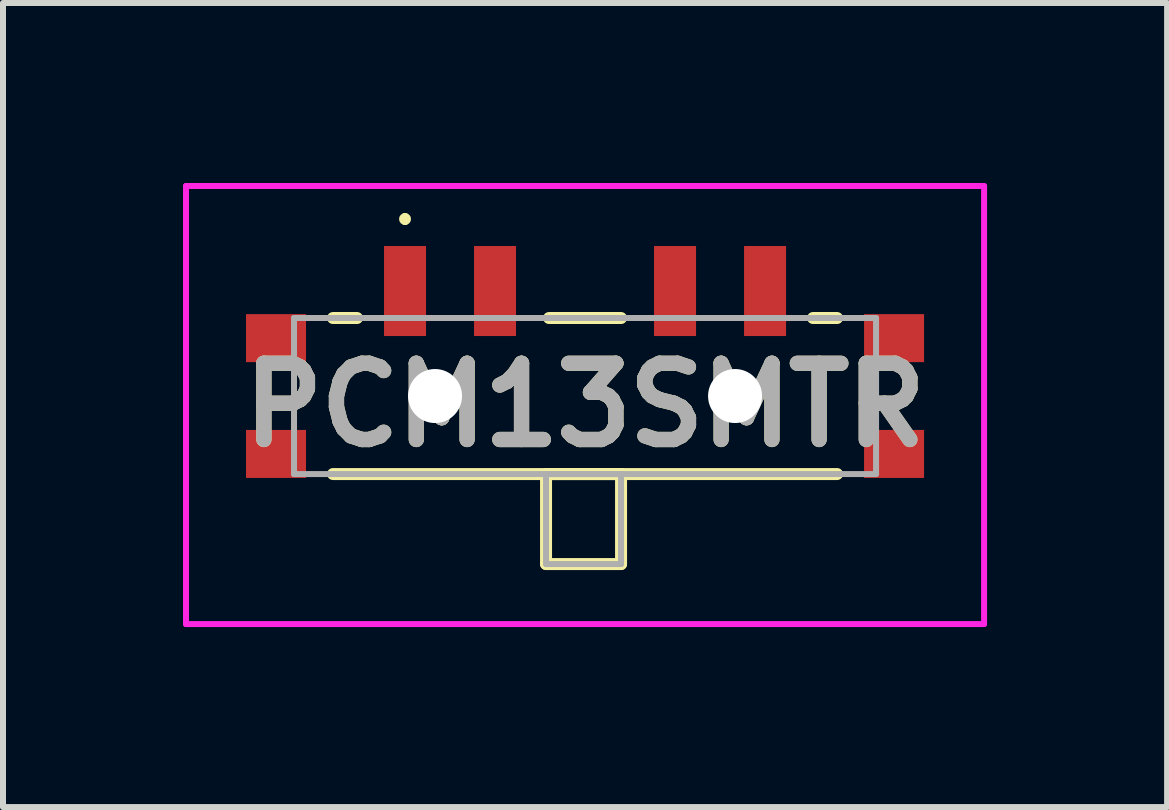
<source format=kicad_pcb>
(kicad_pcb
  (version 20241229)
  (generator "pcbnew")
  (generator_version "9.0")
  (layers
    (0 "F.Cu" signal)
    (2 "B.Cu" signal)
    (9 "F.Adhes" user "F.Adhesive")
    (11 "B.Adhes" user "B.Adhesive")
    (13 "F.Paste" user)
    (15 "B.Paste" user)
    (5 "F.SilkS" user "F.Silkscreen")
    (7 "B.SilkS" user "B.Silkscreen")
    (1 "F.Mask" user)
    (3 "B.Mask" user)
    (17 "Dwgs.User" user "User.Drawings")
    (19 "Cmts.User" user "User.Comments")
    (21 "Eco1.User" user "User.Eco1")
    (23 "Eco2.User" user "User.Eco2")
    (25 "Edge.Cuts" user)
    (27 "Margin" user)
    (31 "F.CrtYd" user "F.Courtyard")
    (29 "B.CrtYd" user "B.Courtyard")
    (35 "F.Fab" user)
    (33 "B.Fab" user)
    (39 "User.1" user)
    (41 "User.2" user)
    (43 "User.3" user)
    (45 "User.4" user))
  (footprint "PCM13SMTR"
    (layer "F.Cu")
    (at 6.7 3.55)
    (property "Reference" "PCM13SMTR" (at 0 0.15 0) (layer "F.SilkS") (effects (font (size 1.27 1.27) (thickness 0.254))))
    (attr through_hole)
    (fp_line (start -4.2 -1.3) (end -3.8 -1.3) (stroke (width 0.2) (type solid)) (layer "F.SilkS"))
    (fp_line (start -4.2 1.3) (end 4.2 1.3) (stroke (width 0.2) (type solid)) (layer "F.SilkS"))
    (fp_line (start -3 -3) (end -3 -3) (stroke (width 0.1) (type solid)) (layer "F.SilkS"))
    (fp_line (start -3 -2.9) (end -3 -2.9) (stroke (width 0.1) (type solid)) (layer "F.SilkS"))
    (fp_line (start -0.65 1.3) (end 0.6 1.3) (stroke (width 0.2) (type solid)) (layer "F.SilkS"))
    (fp_line (start -0.65 2.8) (end -0.65 1.3) (stroke (width 0.2) (type solid)) (layer "F.SilkS"))
    (fp_line (start -0.6 -1.3) (end 0.6 -1.3) (stroke (width 0.2) (type solid)) (layer "F.SilkS"))
    (fp_line (start 0.6 1.3) (end 0.6 2.8) (stroke (width 0.2) (type solid)) (layer "F.SilkS"))
    (fp_line (start 0.6 2.8) (end -0.65 2.8) (stroke (width 0.2) (type solid)) (layer "F.SilkS"))
    (fp_line (start 3.8 -1.3) (end 4.2 -1.3) (stroke (width 0.2) (type solid)) (layer "F.SilkS"))
    (fp_arc (start -3 -3) (mid -2.95 -2.95) (end -3 -2.9) (stroke (width 0.1) (type solid)) (layer "F.SilkS"))
    (fp_arc (start -3 -2.9) (mid -3.05 -2.95) (end -3 -3) (stroke (width 0.1) (type solid)) (layer "F.SilkS"))
    (fp_line (start -6.65 -3.5) (end 6.65 -3.5) (stroke (width 0.1) (type solid)) (layer "F.CrtYd"))
    (fp_line (start -6.65 3.8) (end -6.65 -3.5) (stroke (width 0.1) (type solid)) (layer "F.CrtYd"))
    (fp_line (start 6.65 -3.5) (end 6.65 3.8) (stroke (width 0.1) (type solid)) (layer "F.CrtYd"))
    (fp_line (start 6.65 3.8) (end -6.65 3.8) (stroke (width 0.1) (type solid)) (layer "F.CrtYd"))
    (fp_line (start -4.85 -1.3) (end -4.85 1.3) (stroke (width 0.1) (type solid)) (layer "F.Fab"))
    (fp_line (start -4.85 1.3) (end 4.85 1.3) (stroke (width 0.1) (type solid)) (layer "F.Fab"))
    (fp_line (start -0.65 1.3) (end 0.6 1.3) (stroke (width 0.1) (type solid)) (layer "F.Fab"))
    (fp_line (start -0.65 2.8) (end -0.65 1.3) (stroke (width 0.1) (type solid)) (layer "F.Fab"))
    (fp_line (start 0.6 1.3) (end 0.6 2.8) (stroke (width 0.1) (type solid)) (layer "F.Fab"))
    (fp_line (start 0.6 2.8) (end -0.65 2.8) (stroke (width 0.1) (type solid)) (layer "F.Fab"))
    (fp_line (start 4.85 -1.3) (end -4.85 -1.3) (stroke (width 0.1) (type solid)) (layer "F.Fab"))
    (fp_line (start 4.85 1.3) (end 4.85 -1.3) (stroke (width 0.1) (type solid)) (layer "F.Fab"))
    (fp_text user "${REFERENCE}" (at 0 0.15 0) (layer "F.Fab") (effects (font (size 1.27 1.27) (thickness 0.254))))
    (pad "" np_thru_hole circle (at -2.5 0) (size 0.9 0.9) (drill 0.9) (layers "*.Cu" "*.Mask"))
    (pad "" np_thru_hole circle (at 2.5 0) (size 0.9 0.9) (drill 0.9) (layers "*.Cu" "*.Mask"))
    (pad "1" smd rect (at -3 -1.75) (size 0.7 1.5) (layers "F.Cu" "F.Mask" "F.Paste"))
    (pad "2" smd rect (at -1.5 -1.75) (size 0.7 1.5) (layers "F.Cu" "F.Mask" "F.Paste"))
    (pad "3" smd rect (at 1.5 -1.75) (size 0.7 1.5) (layers "F.Cu" "F.Mask" "F.Paste"))
    (pad "4" smd rect (at 3 -1.75) (size 0.7 1.5) (layers "F.Cu" "F.Mask" "F.Paste"))
    (pad "MP1" smd rect (at -5.15 -0.965 90) (size 0.8 1) (layers "F.Cu" "F.Mask" "F.Paste"))
    (pad "MP2" smd rect (at 5.15 -0.965 90) (size 0.8 1) (layers "F.Cu" "F.Mask" "F.Paste"))
    (pad "MP3" smd rect (at -5.15 0.965 90) (size 0.8 1) (layers "F.Cu" "F.Mask" "F.Paste"))
    (pad "MP4" smd rect (at 5.15 0.965 90) (size 0.8 1) (layers "F.Cu" "F.Mask" "F.Paste")))
  (gr_rect
    (start -3 -3)
    (end 16.4 10.4)
    (stroke (width 0.1) (type default))
    (fill no)
    (layer "Edge.Cuts")))
</source>
